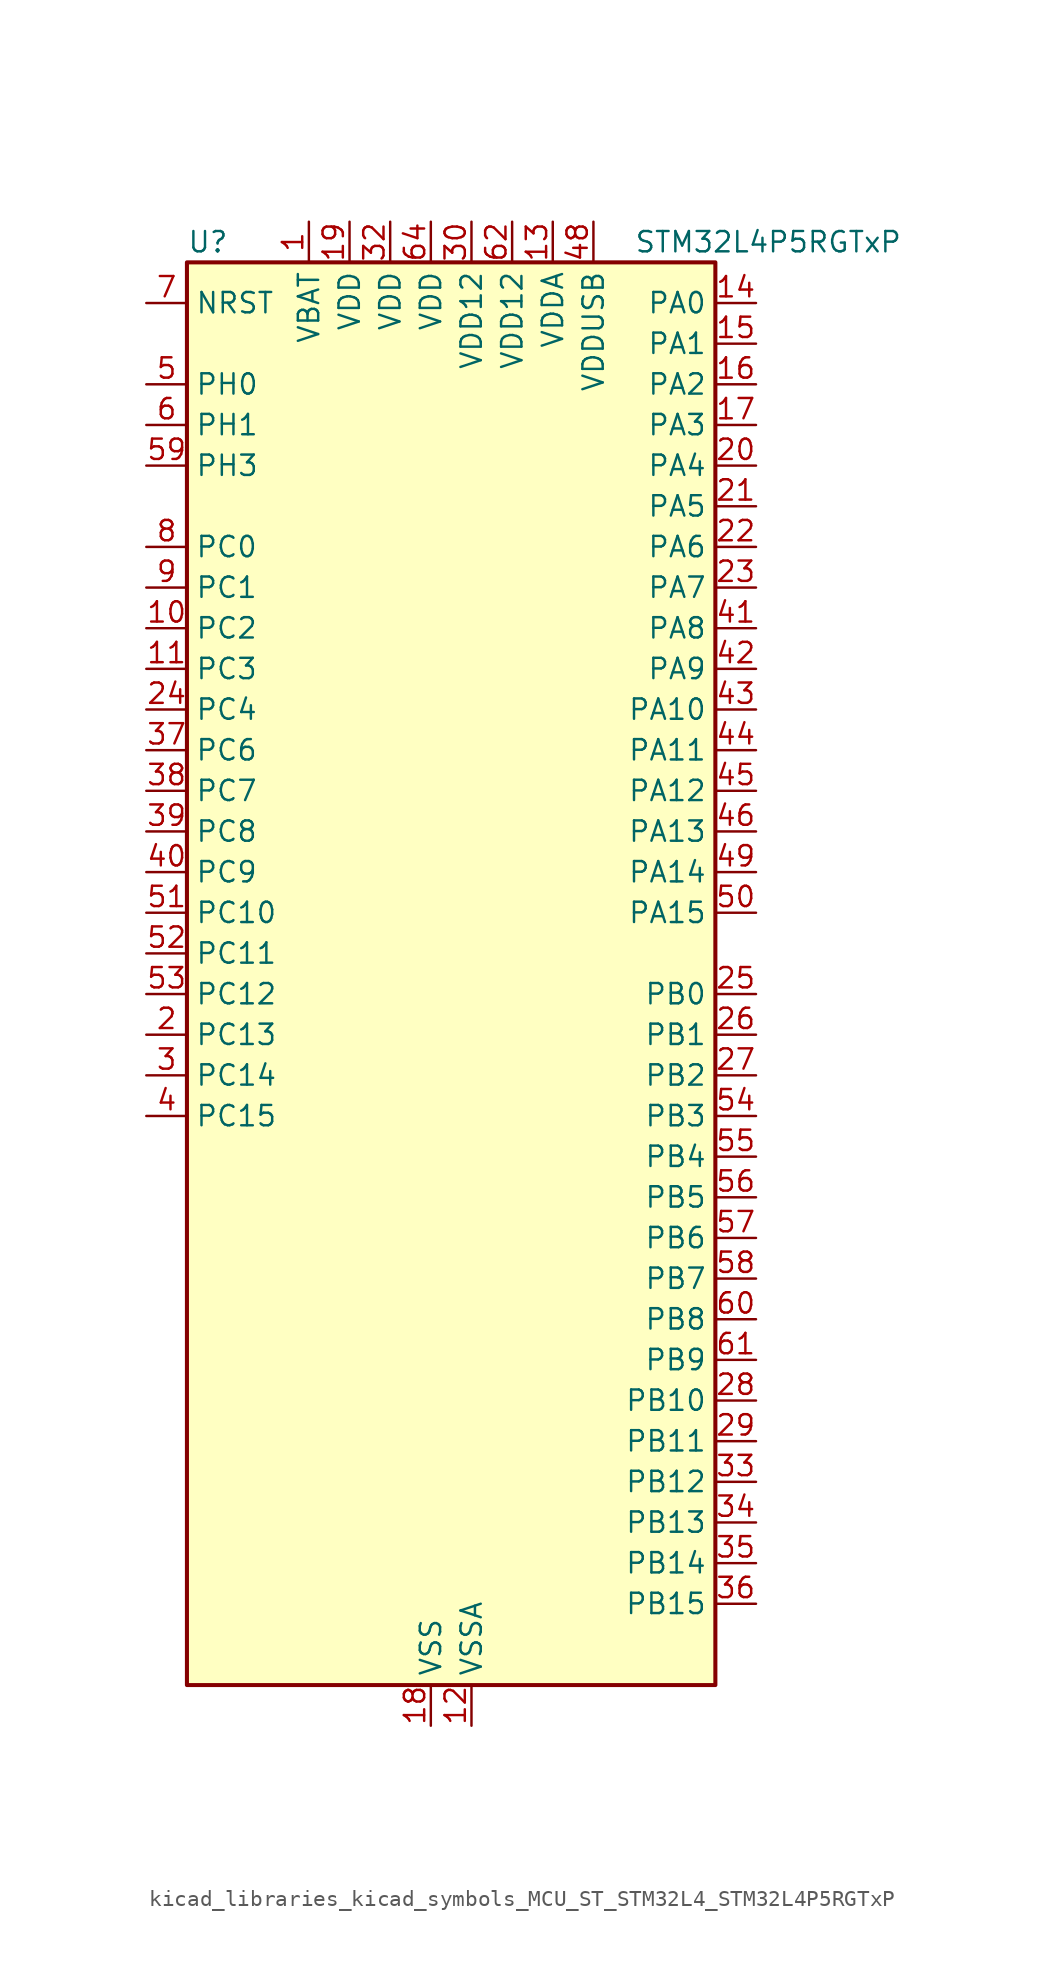
<source format=kicad_sym>
(kicad_symbol_lib
  (version 20220914)
  (generator kicad_symbol_editor)
  (symbol "kicad_libraries_kicad_symbols_MCU_ST_STM32L4_STM32L4P5RGTxP"
    (property "Reference" "U"
      (at -15.24 46.99 0)
      (effects (font (size 1.27 1.27)) (justify left)))
    (property "Value" "STM32L4P5RGTxP"
      (at 12.7 46.99 0)
      (effects (font (size 1.27 1.27)) (justify left)))
    (property "ki_locked" ""
      (at 0 0 0)
      (effects (font (size 1.27 1.27))))
    (symbol "kicad_libraries_kicad_symbols_MCU_ST_STM32L4_STM32L4P5RGTxP_0_1"
      (rectangle (start -15.24 -43.18) (end 17.78 45.72) (stroke (width 0.254) (type default)) (fill (type background))))
    (symbol "kicad_libraries_kicad_symbols_MCU_ST_STM32L4_STM32L4P5RGTxP_1_1"
      (pin power_in line (at -7.62 48.26 270) (length 2.54) (name "VBAT" (effects (font (size 1.27 1.27)))) (number "1" (effects (font (size 1.27 1.27)))))
      (pin bidirectional line (at -17.78 22.86 0) (length 2.54) (name "PC2" (effects (font (size 1.27 1.27)))) (number "10" (effects (font (size 1.27 1.27)))) (alternate "ADC1_IN3" bidirectional line) (alternate "ADC2_IN3" bidirectional line) (alternate "DFSDM1_CKOUT" bidirectional line) (alternate "LPTIM1_IN2" bidirectional line) (alternate "LTDC_HSYNC" bidirectional line) (alternate "OCTOSPIM_P1_IO5" bidirectional line) (alternate "SPI2_MISO" bidirectional line))
      (pin bidirectional line (at -17.78 20.32 0) (length 2.54) (name "PC3" (effects (font (size 1.27 1.27)))) (number "11" (effects (font (size 1.27 1.27)))) (alternate "ADC1_IN4" bidirectional line) (alternate "ADC2_IN4" bidirectional line) (alternate "LPTIM1_ETR" bidirectional line) (alternate "LPTIM2_ETR" bidirectional line) (alternate "OCTOSPIM_P1_IO6" bidirectional line) (alternate "SAI1_D1" bidirectional line) (alternate "SAI1_SD_A" bidirectional line) (alternate "SPI2_MOSI" bidirectional line))
      (pin power_in line (at 2.54 -45.72 90) (length 2.54) (name "VSSA" (effects (font (size 1.27 1.27)))) (number "12" (effects (font (size 1.27 1.27)))))
      (pin power_in line (at 7.62 48.26 270) (length 2.54) (name "VDDA" (effects (font (size 1.27 1.27)))) (number "13" (effects (font (size 1.27 1.27)))))
      (pin bidirectional line (at 20.32 43.18 180) (length 2.54) (name "PA0" (effects (font (size 1.27 1.27)))) (number "14" (effects (font (size 1.27 1.27)))) (alternate "ADC1_IN5" bidirectional line) (alternate "ADC2_IN5" bidirectional line) (alternate "OPAMP1_VINP" bidirectional line) (alternate "RTC_TAMP2" bidirectional line) (alternate "SAI1_EXTCLK" bidirectional line) (alternate "SYS_WKUP1" bidirectional line) (alternate "TIM2_CH1" bidirectional line) (alternate "TIM2_ETR" bidirectional line) (alternate "TIM5_CH1" bidirectional line) (alternate "TIM8_ETR" bidirectional line) (alternate "UART4_TX" bidirectional line) (alternate "USART2_CTS" bidirectional line) (alternate "USART2_NSS" bidirectional line))
      (pin bidirectional line (at 20.32 40.64 180) (length 2.54) (name "PA1" (effects (font (size 1.27 1.27)))) (number "15" (effects (font (size 1.27 1.27)))) (alternate "ADC1_IN6" bidirectional line) (alternate "ADC2_IN6" bidirectional line) (alternate "I2C1_SMBA" bidirectional line) (alternate "OCTOSPIM_P1_DQS" bidirectional line) (alternate "OPAMP1_VINM" bidirectional line) (alternate "SDMMC2_CMD" bidirectional line) (alternate "SPI1_SCK" bidirectional line) (alternate "TIM15_CH1N" bidirectional line) (alternate "TIM2_CH2" bidirectional line) (alternate "TIM5_CH2" bidirectional line) (alternate "UART4_RX" bidirectional line) (alternate "USART2_DE" bidirectional line) (alternate "USART2_RTS" bidirectional line))
      (pin bidirectional line (at 20.32 38.1 180) (length 2.54) (name "PA2" (effects (font (size 1.27 1.27)))) (number "16" (effects (font (size 1.27 1.27)))) (alternate "ADC1_IN7" bidirectional line) (alternate "ADC2_IN7" bidirectional line) (alternate "LPUART1_TX" bidirectional line) (alternate "OCTOSPIM_P1_NCS" bidirectional line) (alternate "RCC_LSCO" bidirectional line) (alternate "SAI2_EXTCLK" bidirectional line) (alternate "SYS_WKUP4" bidirectional line) (alternate "TIM15_CH1" bidirectional line) (alternate "TIM2_CH3" bidirectional line) (alternate "TIM5_CH3" bidirectional line) (alternate "USART2_TX" bidirectional line))
      (pin bidirectional line (at 20.32 35.56 180) (length 2.54) (name "PA3" (effects (font (size 1.27 1.27)))) (number "17" (effects (font (size 1.27 1.27)))) (alternate "ADC1_IN8" bidirectional line) (alternate "ADC2_IN8" bidirectional line) (alternate "LPUART1_RX" bidirectional line) (alternate "OCTOSPIM_P1_CLK" bidirectional line) (alternate "OPAMP1_VOUT" bidirectional line) (alternate "SAI1_CK1" bidirectional line) (alternate "SAI1_MCLK_A" bidirectional line) (alternate "TIM15_CH2" bidirectional line) (alternate "TIM2_CH4" bidirectional line) (alternate "TIM5_CH4" bidirectional line) (alternate "USART2_RX" bidirectional line))
      (pin power_in line (at 0 -45.72 90) (length 2.54) (name "VSS" (effects (font (size 1.27 1.27)))) (number "18" (effects (font (size 1.27 1.27)))))
      (pin power_in line (at -5.08 48.26 270) (length 2.54) (name "VDD" (effects (font (size 1.27 1.27)))) (number "19" (effects (font (size 1.27 1.27)))))
      (pin bidirectional line (at -17.78 -2.54 0) (length 2.54) (name "PC13" (effects (font (size 1.27 1.27)))) (number "2" (effects (font (size 1.27 1.27)))) (alternate "RTC_OUT1" bidirectional line) (alternate "RTC_TAMP1" bidirectional line) (alternate "RTC_TS" bidirectional line) (alternate "SYS_WKUP2" bidirectional line))
      (pin bidirectional line (at 20.32 33.02 180) (length 2.54) (name "PA4" (effects (font (size 1.27 1.27)))) (number "20" (effects (font (size 1.27 1.27)))) (alternate "ADC1_IN9" bidirectional line) (alternate "ADC2_IN9" bidirectional line) (alternate "DAC1_OUT1" bidirectional line) (alternate "DCMI_HSYNC" bidirectional line) (alternate "LPTIM2_OUT" bidirectional line) (alternate "LTDC_CLK" bidirectional line) (alternate "OCTOSPIM_P1_NCS" bidirectional line) (alternate "PSSI_DE" bidirectional line) (alternate "SAI1_FS_B" bidirectional line) (alternate "SPI1_NSS" bidirectional line) (alternate "SPI3_NSS" bidirectional line) (alternate "USART2_CK" bidirectional line))
      (pin bidirectional line (at 20.32 30.48 180) (length 2.54) (name "PA5" (effects (font (size 1.27 1.27)))) (number "21" (effects (font (size 1.27 1.27)))) (alternate "ADC1_IN10" bidirectional line) (alternate "ADC2_IN10" bidirectional line) (alternate "DAC1_OUT2" bidirectional line) (alternate "LPTIM2_ETR" bidirectional line) (alternate "LTDC_R7" bidirectional line) (alternate "PSSI_D14" bidirectional line) (alternate "SPI1_SCK" bidirectional line) (alternate "TIM2_CH1" bidirectional line) (alternate "TIM2_ETR" bidirectional line) (alternate "TIM8_CH1N" bidirectional line))
      (pin bidirectional line (at 20.32 27.94 180) (length 2.54) (name "PA6" (effects (font (size 1.27 1.27)))) (number "22" (effects (font (size 1.27 1.27)))) (alternate "ADC1_IN11" bidirectional line) (alternate "ADC2_IN11" bidirectional line) (alternate "DCMI_PIXCLK" bidirectional line) (alternate "LPUART1_CTS" bidirectional line) (alternate "OCTOSPIM_P1_IO3" bidirectional line) (alternate "OPAMP2_VINP" bidirectional line) (alternate "PSSI_PDCK" bidirectional line) (alternate "SPI1_MISO" bidirectional line) (alternate "TIM16_CH1" bidirectional line) (alternate "TIM1_BKIN" bidirectional line) (alternate "TIM3_CH1" bidirectional line) (alternate "TIM8_BKIN" bidirectional line) (alternate "USART3_CTS" bidirectional line) (alternate "USART3_NSS" bidirectional line))
      (pin bidirectional line (at 20.32 25.4 180) (length 2.54) (name "PA7" (effects (font (size 1.27 1.27)))) (number "23" (effects (font (size 1.27 1.27)))) (alternate "ADC1_IN12" bidirectional line) (alternate "ADC2_IN12" bidirectional line) (alternate "I2C3_SCL" bidirectional line) (alternate "OCTOSPIM_P1_IO2" bidirectional line) (alternate "OPAMP2_VINM" bidirectional line) (alternate "SPI1_MOSI" bidirectional line) (alternate "TIM17_CH1" bidirectional line) (alternate "TIM1_CH1N" bidirectional line) (alternate "TIM3_CH2" bidirectional line) (alternate "TIM8_CH1N" bidirectional line))
      (pin bidirectional line (at -17.78 17.78 0) (length 2.54) (name "PC4" (effects (font (size 1.27 1.27)))) (number "24" (effects (font (size 1.27 1.27)))) (alternate "ADC1_IN13" bidirectional line) (alternate "ADC2_IN13" bidirectional line) (alternate "COMP1_INM" bidirectional line) (alternate "OCTOSPIM_P1_IO7" bidirectional line) (alternate "OCTOSPIM_P2_NCS" bidirectional line) (alternate "USART3_TX" bidirectional line))
      (pin bidirectional line (at 20.32 0 180) (length 2.54) (name "PB0" (effects (font (size 1.27 1.27)))) (number "25" (effects (font (size 1.27 1.27)))) (alternate "ADC1_IN15" bidirectional line) (alternate "ADC2_IN15" bidirectional line) (alternate "COMP1_OUT" bidirectional line) (alternate "LTDC_B6" bidirectional line) (alternate "OCTOSPIM_P1_IO1" bidirectional line) (alternate "OPAMP2_VOUT" bidirectional line) (alternate "SAI1_EXTCLK" bidirectional line) (alternate "SPI1_NSS" bidirectional line) (alternate "TIM1_CH2N" bidirectional line) (alternate "TIM3_CH3" bidirectional line) (alternate "TIM8_CH2N" bidirectional line) (alternate "USART3_CK" bidirectional line))
      (pin bidirectional line (at 20.32 -2.54 180) (length 2.54) (name "PB1" (effects (font (size 1.27 1.27)))) (number "26" (effects (font (size 1.27 1.27)))) (alternate "ADC1_IN16" bidirectional line) (alternate "ADC2_IN16" bidirectional line) (alternate "COMP1_INM" bidirectional line) (alternate "DFSDM1_DATIN0" bidirectional line) (alternate "LPTIM2_IN1" bidirectional line) (alternate "LPUART1_DE" bidirectional line) (alternate "LPUART1_RTS" bidirectional line) (alternate "LTDC_G6" bidirectional line) (alternate "OCTOSPIM_P1_IO0" bidirectional line) (alternate "TIM1_CH3N" bidirectional line) (alternate "TIM3_CH4" bidirectional line) (alternate "TIM8_CH3N" bidirectional line) (alternate "USART3_DE" bidirectional line) (alternate "USART3_RTS" bidirectional line))
      (pin bidirectional line (at 20.32 -5.08 180) (length 2.54) (name "PB2" (effects (font (size 1.27 1.27)))) (number "27" (effects (font (size 1.27 1.27)))) (alternate "COMP1_INP" bidirectional line) (alternate "DFSDM1_CKIN0" bidirectional line) (alternate "I2C3_SMBA" bidirectional line) (alternate "LPTIM1_OUT" bidirectional line) (alternate "OCTOSPIM_P1_DQS" bidirectional line) (alternate "RTC_OUT2" bidirectional line))
      (pin bidirectional line (at 20.32 -25.4 180) (length 2.54) (name "PB10" (effects (font (size 1.27 1.27)))) (number "28" (effects (font (size 1.27 1.27)))) (alternate "COMP1_OUT" bidirectional line) (alternate "I2C2_SCL" bidirectional line) (alternate "I2C4_SCL" bidirectional line) (alternate "LPUART1_RX" bidirectional line) (alternate "OCTOSPIM_P1_CLK" bidirectional line) (alternate "OCTOSPIM_P1_IO3" bidirectional line) (alternate "SAI1_SCK_A" bidirectional line) (alternate "SPI2_SCK" bidirectional line) (alternate "TIM2_CH3" bidirectional line) (alternate "TSC_SYNC" bidirectional line) (alternate "USART3_TX" bidirectional line))
      (pin bidirectional line (at 20.32 -27.94 180) (length 2.54) (name "PB11" (effects (font (size 1.27 1.27)))) (number "29" (effects (font (size 1.27 1.27)))) (alternate "ADC1_EXTI11" bidirectional line) (alternate "ADC2_EXTI11" bidirectional line) (alternate "COMP2_OUT" bidirectional line) (alternate "I2C2_SDA" bidirectional line) (alternate "I2C4_SDA" bidirectional line) (alternate "LPUART1_TX" bidirectional line) (alternate "LTDC_VSYNC" bidirectional line) (alternate "OCTOSPIM_P1_NCS" bidirectional line) (alternate "TIM2_CH4" bidirectional line) (alternate "USART3_RX" bidirectional line))
      (pin bidirectional line (at -17.78 -5.08 0) (length 2.54) (name "PC14" (effects (font (size 1.27 1.27)))) (number "3" (effects (font (size 1.27 1.27)))) (alternate "RCC_OSC32_IN" bidirectional line))
      (pin power_in line (at 2.54 48.26 270) (length 2.54) (name "VDD12" (effects (font (size 1.27 1.27)))) (number "30" (effects (font (size 1.27 1.27)))))
      (pin passive line (at 0 -45.72 90) (length 2.54) hide (name "VSS" (effects (font (size 1.27 1.27)))) (number "31" (effects (font (size 1.27 1.27)))))
      (pin power_in line (at -2.54 48.26 270) (length 2.54) (name "VDD" (effects (font (size 1.27 1.27)))) (number "32" (effects (font (size 1.27 1.27)))))
      (pin bidirectional line (at 20.32 -30.48 180) (length 2.54) (name "PB12" (effects (font (size 1.27 1.27)))) (number "33" (effects (font (size 1.27 1.27)))) (alternate "DFSDM1_DATIN1" bidirectional line) (alternate "I2C2_SMBA" bidirectional line) (alternate "LPUART1_DE" bidirectional line) (alternate "LPUART1_RTS" bidirectional line) (alternate "OCTOSPIM_P1_NCLK" bidirectional line) (alternate "SAI2_FS_A" bidirectional line) (alternate "SDMMC2_CK" bidirectional line) (alternate "SPI2_NSS" bidirectional line) (alternate "TIM15_BKIN" bidirectional line) (alternate "TIM1_BKIN" bidirectional line) (alternate "TSC_G1_IO1" bidirectional line) (alternate "USART3_CK" bidirectional line))
      (pin bidirectional line (at 20.32 -33.02 180) (length 2.54) (name "PB13" (effects (font (size 1.27 1.27)))) (number "34" (effects (font (size 1.27 1.27)))) (alternate "DFSDM1_CKIN1" bidirectional line) (alternate "I2C2_SCL" bidirectional line) (alternate "LPUART1_CTS" bidirectional line) (alternate "OCTOSPIM_P1_IO1" bidirectional line) (alternate "SAI2_SCK_A" bidirectional line) (alternate "SPI2_SCK" bidirectional line) (alternate "TIM15_CH1N" bidirectional line) (alternate "TIM1_CH1N" bidirectional line) (alternate "TSC_G1_IO2" bidirectional line) (alternate "USART3_CTS" bidirectional line) (alternate "USART3_NSS" bidirectional line))
      (pin bidirectional line (at 20.32 -35.56 180) (length 2.54) (name "PB14" (effects (font (size 1.27 1.27)))) (number "35" (effects (font (size 1.27 1.27)))) (alternate "DFSDM1_DATIN2" bidirectional line) (alternate "I2C2_SDA" bidirectional line) (alternate "OCTOSPIM_P1_IO6" bidirectional line) (alternate "SAI2_MCLK_A" bidirectional line) (alternate "SDMMC2_D0" bidirectional line) (alternate "SPI2_MISO" bidirectional line) (alternate "TIM15_CH1" bidirectional line) (alternate "TIM1_CH2N" bidirectional line) (alternate "TIM8_CH2N" bidirectional line) (alternate "TSC_G1_IO3" bidirectional line) (alternate "USART3_DE" bidirectional line) (alternate "USART3_RTS" bidirectional line))
      (pin bidirectional line (at 20.32 -38.1 180) (length 2.54) (name "PB15" (effects (font (size 1.27 1.27)))) (number "36" (effects (font (size 1.27 1.27)))) (alternate "ADC1_EXTI15" bidirectional line) (alternate "ADC2_EXTI15" bidirectional line) (alternate "DFSDM1_CKIN2" bidirectional line) (alternate "OCTOSPIM_P1_IO7" bidirectional line) (alternate "RTC_REFIN" bidirectional line) (alternate "SAI2_SD_A" bidirectional line) (alternate "SDMMC2_D1" bidirectional line) (alternate "SPI2_MOSI" bidirectional line) (alternate "TIM15_CH2" bidirectional line) (alternate "TIM1_CH3N" bidirectional line) (alternate "TIM8_CH3N" bidirectional line) (alternate "TSC_G1_IO4" bidirectional line))
      (pin bidirectional line (at -17.78 15.24 0) (length 2.54) (name "PC6" (effects (font (size 1.27 1.27)))) (number "37" (effects (font (size 1.27 1.27)))) (alternate "DCMI_D0" bidirectional line) (alternate "DFSDM1_CKIN3" bidirectional line) (alternate "LTDC_G7" bidirectional line) (alternate "PSSI_D0" bidirectional line) (alternate "SAI2_MCLK_A" bidirectional line) (alternate "SDMMC1_D0DIR" bidirectional line) (alternate "SDMMC1_D6" bidirectional line) (alternate "SDMMC2_D6" bidirectional line) (alternate "TIM3_CH1" bidirectional line) (alternate "TIM8_CH1" bidirectional line) (alternate "TSC_G4_IO1" bidirectional line))
      (pin bidirectional line (at -17.78 12.7 0) (length 2.54) (name "PC7" (effects (font (size 1.27 1.27)))) (number "38" (effects (font (size 1.27 1.27)))) (alternate "DCMI_D1" bidirectional line) (alternate "DFSDM1_DATIN3" bidirectional line) (alternate "LTDC_B6" bidirectional line) (alternate "PSSI_D1" bidirectional line) (alternate "SAI2_MCLK_B" bidirectional line) (alternate "SDMMC1_D123DIR" bidirectional line) (alternate "SDMMC1_D7" bidirectional line) (alternate "SDMMC2_D7" bidirectional line) (alternate "TIM3_CH2" bidirectional line) (alternate "TIM8_CH2" bidirectional line) (alternate "TSC_G4_IO2" bidirectional line))
      (pin bidirectional line (at -17.78 10.16 0) (length 2.54) (name "PC8" (effects (font (size 1.27 1.27)))) (number "39" (effects (font (size 1.27 1.27)))) (alternate "DCMI_D2" bidirectional line) (alternate "PSSI_D2" bidirectional line) (alternate "SDMMC1_D0" bidirectional line) (alternate "TIM3_CH3" bidirectional line) (alternate "TIM8_CH3" bidirectional line) (alternate "TSC_G4_IO3" bidirectional line))
      (pin bidirectional line (at -17.78 -7.62 0) (length 2.54) (name "PC15" (effects (font (size 1.27 1.27)))) (number "4" (effects (font (size 1.27 1.27)))) (alternate "ADC1_EXTI15" bidirectional line) (alternate "ADC2_EXTI15" bidirectional line) (alternate "RCC_OSC32_OUT" bidirectional line))
      (pin bidirectional line (at -17.78 7.62 0) (length 2.54) (name "PC9" (effects (font (size 1.27 1.27)))) (number "40" (effects (font (size 1.27 1.27)))) (alternate "DAC1_EXTI9" bidirectional line) (alternate "DCMI_D3" bidirectional line) (alternate "I2C3_SDA" bidirectional line) (alternate "PSSI_D3" bidirectional line) (alternate "SAI2_EXTCLK" bidirectional line) (alternate "SDMMC1_D1" bidirectional line) (alternate "SYS_TRACED0" bidirectional line) (alternate "TIM3_CH4" bidirectional line) (alternate "TIM8_BKIN2" bidirectional line) (alternate "TIM8_CH4" bidirectional line) (alternate "TSC_G4_IO4" bidirectional line) (alternate "USB_OTG_FS_NOE" bidirectional line))
      (pin bidirectional line (at 20.32 22.86 180) (length 2.54) (name "PA8" (effects (font (size 1.27 1.27)))) (number "41" (effects (font (size 1.27 1.27)))) (alternate "LPTIM2_OUT" bidirectional line) (alternate "LTDC_B7" bidirectional line) (alternate "RCC_MCO" bidirectional line) (alternate "SAI1_CK2" bidirectional line) (alternate "SAI1_SCK_A" bidirectional line) (alternate "TIM1_CH1" bidirectional line) (alternate "USART1_CK" bidirectional line) (alternate "USB_OTG_FS_SOF" bidirectional line))
      (pin bidirectional line (at 20.32 20.32 180) (length 2.54) (name "PA9" (effects (font (size 1.27 1.27)))) (number "42" (effects (font (size 1.27 1.27)))) (alternate "DAC1_EXTI9" bidirectional line) (alternate "DCMI_D0" bidirectional line) (alternate "LTDC_G7" bidirectional line) (alternate "PSSI_D0" bidirectional line) (alternate "SAI1_FS_A" bidirectional line) (alternate "SPI2_SCK" bidirectional line) (alternate "TIM15_BKIN" bidirectional line) (alternate "TIM1_CH2" bidirectional line) (alternate "USART1_TX" bidirectional line) (alternate "USB_OTG_FS_VBUS" bidirectional line))
      (pin bidirectional line (at 20.32 17.78 180) (length 2.54) (name "PA10" (effects (font (size 1.27 1.27)))) (number "43" (effects (font (size 1.27 1.27)))) (alternate "DCMI_D1" bidirectional line) (alternate "LTDC_G6" bidirectional line) (alternate "PSSI_D1" bidirectional line) (alternate "SAI1_D1" bidirectional line) (alternate "SAI1_SD_A" bidirectional line) (alternate "TIM17_BKIN" bidirectional line) (alternate "TIM1_CH3" bidirectional line) (alternate "USART1_RX" bidirectional line) (alternate "USB_OTG_FS_ID" bidirectional line))
      (pin bidirectional line (at 20.32 15.24 180) (length 2.54) (name "PA11" (effects (font (size 1.27 1.27)))) (number "44" (effects (font (size 1.27 1.27)))) (alternate "ADC1_EXTI11" bidirectional line) (alternate "ADC2_EXTI11" bidirectional line) (alternate "CAN1_RX" bidirectional line) (alternate "LTDC_DE" bidirectional line) (alternate "SPI1_MISO" bidirectional line) (alternate "TIM1_BKIN2" bidirectional line) (alternate "TIM1_CH4" bidirectional line) (alternate "USART1_CTS" bidirectional line) (alternate "USART1_NSS" bidirectional line) (alternate "USB_OTG_FS_DM" bidirectional line))
      (pin bidirectional line (at 20.32 12.7 180) (length 2.54) (name "PA12" (effects (font (size 1.27 1.27)))) (number "45" (effects (font (size 1.27 1.27)))) (alternate "CAN1_TX" bidirectional line) (alternate "LTDC_VSYNC" bidirectional line) (alternate "OCTOSPIM_P2_NCS" bidirectional line) (alternate "SPI1_MOSI" bidirectional line) (alternate "TIM1_ETR" bidirectional line) (alternate "USART1_DE" bidirectional line) (alternate "USART1_RTS" bidirectional line) (alternate "USB_OTG_FS_DP" bidirectional line))
      (pin bidirectional line (at 20.32 10.16 180) (length 2.54) (name "PA13" (effects (font (size 1.27 1.27)))) (number "46" (effects (font (size 1.27 1.27)))) (alternate "IR_OUT" bidirectional line) (alternate "SAI1_SD_B" bidirectional line) (alternate "SYS_JTMS-SWDIO" bidirectional line) (alternate "USB_OTG_FS_NOE" bidirectional line))
      (pin passive line (at 0 -45.72 90) (length 2.54) hide (name "VSS" (effects (font (size 1.27 1.27)))) (number "47" (effects (font (size 1.27 1.27)))))
      (pin power_in line (at 10.16 48.26 270) (length 2.54) (name "VDDUSB" (effects (font (size 1.27 1.27)))) (number "48" (effects (font (size 1.27 1.27)))))
      (pin bidirectional line (at 20.32 7.62 180) (length 2.54) (name "PA14" (effects (font (size 1.27 1.27)))) (number "49" (effects (font (size 1.27 1.27)))) (alternate "I2C1_SMBA" bidirectional line) (alternate "I2C4_SMBA" bidirectional line) (alternate "LPTIM1_OUT" bidirectional line) (alternate "SAI1_FS_B" bidirectional line) (alternate "SYS_JTCK-SWCLK" bidirectional line) (alternate "USB_OTG_FS_SOF" bidirectional line))
      (pin bidirectional line (at -17.78 38.1 0) (length 2.54) (name "PH0" (effects (font (size 1.27 1.27)))) (number "5" (effects (font (size 1.27 1.27)))) (alternate "RCC_OSC_IN" bidirectional line))
      (pin bidirectional line (at 20.32 5.08 180) (length 2.54) (name "PA15" (effects (font (size 1.27 1.27)))) (number "50" (effects (font (size 1.27 1.27)))) (alternate "ADC1_EXTI15" bidirectional line) (alternate "ADC2_EXTI15" bidirectional line) (alternate "LTDC_HSYNC" bidirectional line) (alternate "SAI2_FS_B" bidirectional line) (alternate "SPI1_NSS" bidirectional line) (alternate "SPI3_NSS" bidirectional line) (alternate "SYS_JTDI" bidirectional line) (alternate "TIM2_CH1" bidirectional line) (alternate "TIM2_ETR" bidirectional line) (alternate "TSC_G3_IO1" bidirectional line) (alternate "UART4_DE" bidirectional line) (alternate "UART4_RTS" bidirectional line) (alternate "USART2_RX" bidirectional line) (alternate "USART3_DE" bidirectional line) (alternate "USART3_RTS" bidirectional line))
      (pin bidirectional line (at -17.78 5.08 0) (length 2.54) (name "PC10" (effects (font (size 1.27 1.27)))) (number "51" (effects (font (size 1.27 1.27)))) (alternate "DCMI_D8" bidirectional line) (alternate "DCMI_VSYNC" bidirectional line) (alternate "PSSI_D8" bidirectional line) (alternate "PSSI_RDY" bidirectional line) (alternate "SAI2_SCK_B" bidirectional line) (alternate "SDMMC1_D2" bidirectional line) (alternate "SPI3_SCK" bidirectional line) (alternate "SYS_TRACED1" bidirectional line) (alternate "TSC_G3_IO2" bidirectional line) (alternate "UART4_TX" bidirectional line) (alternate "USART3_TX" bidirectional line))
      (pin bidirectional line (at -17.78 2.54 0) (length 2.54) (name "PC11" (effects (font (size 1.27 1.27)))) (number "52" (effects (font (size 1.27 1.27)))) (alternate "ADC1_EXTI11" bidirectional line) (alternate "ADC2_EXTI11" bidirectional line) (alternate "DCMI_D2" bidirectional line) (alternate "DCMI_D4" bidirectional line) (alternate "OCTOSPIM_P1_NCS" bidirectional line) (alternate "PSSI_D2" bidirectional line) (alternate "PSSI_D4" bidirectional line) (alternate "SAI2_MCLK_B" bidirectional line) (alternate "SDMMC1_D3" bidirectional line) (alternate "SPI3_MISO" bidirectional line) (alternate "TSC_G3_IO3" bidirectional line) (alternate "UART4_RX" bidirectional line) (alternate "USART3_RX" bidirectional line))
      (pin bidirectional line (at -17.78 0 0) (length 2.54) (name "PC12" (effects (font (size 1.27 1.27)))) (number "53" (effects (font (size 1.27 1.27)))) (alternate "DCMI_D9" bidirectional line) (alternate "LTDC_R6" bidirectional line) (alternate "PSSI_D9" bidirectional line) (alternate "SAI2_SD_B" bidirectional line) (alternate "SDMMC1_CK" bidirectional line) (alternate "SPI3_MOSI" bidirectional line) (alternate "SYS_TRACED3" bidirectional line) (alternate "TSC_G3_IO4" bidirectional line) (alternate "USART3_CK" bidirectional line))
      (pin bidirectional line (at 20.32 -7.62 180) (length 2.54) (name "PB3" (effects (font (size 1.27 1.27)))) (number "54" (effects (font (size 1.27 1.27)))) (alternate "COMP2_INM" bidirectional line) (alternate "CRS_SYNC" bidirectional line) (alternate "OCTOSPIM_P1_IO4" bidirectional line) (alternate "SAI1_SCK_B" bidirectional line) (alternate "SDMMC2_D2" bidirectional line) (alternate "SPI1_SCK" bidirectional line) (alternate "SPI3_SCK" bidirectional line) (alternate "SYS_JTDO-SWO" bidirectional line) (alternate "TIM2_CH2" bidirectional line) (alternate "USART1_DE" bidirectional line) (alternate "USART1_RTS" bidirectional line))
      (pin bidirectional line (at 20.32 -10.16 180) (length 2.54) (name "PB4" (effects (font (size 1.27 1.27)))) (number "55" (effects (font (size 1.27 1.27)))) (alternate "COMP2_INP" bidirectional line) (alternate "DCMI_D12" bidirectional line) (alternate "I2C3_SDA" bidirectional line) (alternate "OCTOSPIM_P1_IO5" bidirectional line) (alternate "PSSI_D12" bidirectional line) (alternate "SAI1_MCLK_B" bidirectional line) (alternate "SDMMC2_D3" bidirectional line) (alternate "SPI1_MISO" bidirectional line) (alternate "SPI3_MISO" bidirectional line) (alternate "SYS_JTRST" bidirectional line) (alternate "TIM17_BKIN" bidirectional line) (alternate "TIM3_CH1" bidirectional line) (alternate "TSC_G2_IO1" bidirectional line) (alternate "USART1_CTS" bidirectional line) (alternate "USART1_NSS" bidirectional line))
      (pin bidirectional line (at 20.32 -12.7 180) (length 2.54) (name "PB5" (effects (font (size 1.27 1.27)))) (number "56" (effects (font (size 1.27 1.27)))) (alternate "COMP2_OUT" bidirectional line) (alternate "DCMI_D10" bidirectional line) (alternate "I2C1_SMBA" bidirectional line) (alternate "LPTIM1_IN1" bidirectional line) (alternate "OCTOSPIM_P1_IO0" bidirectional line) (alternate "PSSI_D10" bidirectional line) (alternate "SAI1_SD_B" bidirectional line) (alternate "SPI1_MOSI" bidirectional line) (alternate "SPI3_MOSI" bidirectional line) (alternate "TIM16_BKIN" bidirectional line) (alternate "TIM3_CH2" bidirectional line) (alternate "TSC_G2_IO2" bidirectional line) (alternate "USART1_CK" bidirectional line))
      (pin bidirectional line (at 20.32 -15.24 180) (length 2.54) (name "PB6" (effects (font (size 1.27 1.27)))) (number "57" (effects (font (size 1.27 1.27)))) (alternate "COMP2_INP" bidirectional line) (alternate "DCMI_D5" bidirectional line) (alternate "I2C1_SCL" bidirectional line) (alternate "I2C4_SCL" bidirectional line) (alternate "LPTIM1_ETR" bidirectional line) (alternate "LTDC_R6" bidirectional line) (alternate "PSSI_D5" bidirectional line) (alternate "SAI1_FS_B" bidirectional line) (alternate "TIM16_CH1N" bidirectional line) (alternate "TIM4_CH1" bidirectional line) (alternate "TIM8_BKIN2" bidirectional line) (alternate "TSC_G2_IO3" bidirectional line) (alternate "USART1_TX" bidirectional line))
      (pin bidirectional line (at 20.32 -17.78 180) (length 2.54) (name "PB7" (effects (font (size 1.27 1.27)))) (number "58" (effects (font (size 1.27 1.27)))) (alternate "COMP2_INM" bidirectional line) (alternate "DCMI_VSYNC" bidirectional line) (alternate "I2C1_SDA" bidirectional line) (alternate "I2C4_SDA" bidirectional line) (alternate "LPTIM1_IN2" bidirectional line) (alternate "LTDC_VSYNC" bidirectional line) (alternate "PSSI_RDY" bidirectional line) (alternate "SYS_PVD_IN" bidirectional line) (alternate "TIM17_CH1N" bidirectional line) (alternate "TIM4_CH2" bidirectional line) (alternate "TIM8_BKIN" bidirectional line) (alternate "TSC_G2_IO4" bidirectional line) (alternate "UART4_CTS" bidirectional line) (alternate "USART1_RX" bidirectional line))
      (pin bidirectional line (at -17.78 33.02 0) (length 2.54) (name "PH3" (effects (font (size 1.27 1.27)))) (number "59" (effects (font (size 1.27 1.27)))))
      (pin bidirectional line (at -17.78 35.56 0) (length 2.54) (name "PH1" (effects (font (size 1.27 1.27)))) (number "6" (effects (font (size 1.27 1.27)))) (alternate "RCC_OSC_OUT" bidirectional line))
      (pin bidirectional line (at 20.32 -20.32 180) (length 2.54) (name "PB8" (effects (font (size 1.27 1.27)))) (number "60" (effects (font (size 1.27 1.27)))) (alternate "CAN1_RX" bidirectional line) (alternate "DCMI_D6" bidirectional line) (alternate "DFSDM1_CKOUT" bidirectional line) (alternate "I2C1_SCL" bidirectional line) (alternate "LTDC_DE" bidirectional line) (alternate "PSSI_D6" bidirectional line) (alternate "SAI1_CK1" bidirectional line) (alternate "SAI1_MCLK_A" bidirectional line) (alternate "SDMMC1_CKIN" bidirectional line) (alternate "SDMMC1_D4" bidirectional line) (alternate "SDMMC2_D4" bidirectional line) (alternate "TIM16_CH1" bidirectional line) (alternate "TIM4_CH3" bidirectional line))
      (pin bidirectional line (at 20.32 -22.86 180) (length 2.54) (name "PB9" (effects (font (size 1.27 1.27)))) (number "61" (effects (font (size 1.27 1.27)))) (alternate "CAN1_TX" bidirectional line) (alternate "DAC1_EXTI9" bidirectional line) (alternate "DCMI_D7" bidirectional line) (alternate "I2C1_SDA" bidirectional line) (alternate "IR_OUT" bidirectional line) (alternate "PSSI_D7" bidirectional line) (alternate "SAI1_D2" bidirectional line) (alternate "SAI1_FS_A" bidirectional line) (alternate "SDMMC1_CDIR" bidirectional line) (alternate "SDMMC1_D5" bidirectional line) (alternate "SDMMC2_D5" bidirectional line) (alternate "SPI2_NSS" bidirectional line) (alternate "TIM17_CH1" bidirectional line) (alternate "TIM4_CH4" bidirectional line))
      (pin power_in line (at 5.08 48.26 270) (length 2.54) (name "VDD12" (effects (font (size 1.27 1.27)))) (number "62" (effects (font (size 1.27 1.27)))))
      (pin passive line (at 0 -45.72 90) (length 2.54) hide (name "VSS" (effects (font (size 1.27 1.27)))) (number "63" (effects (font (size 1.27 1.27)))))
      (pin power_in line (at 0 48.26 270) (length 2.54) (name "VDD" (effects (font (size 1.27 1.27)))) (number "64" (effects (font (size 1.27 1.27)))))
      (pin input line (at -17.78 43.18 0) (length 2.54) (name "NRST" (effects (font (size 1.27 1.27)))) (number "7" (effects (font (size 1.27 1.27)))))
      (pin bidirectional line (at -17.78 27.94 0) (length 2.54) (name "PC0" (effects (font (size 1.27 1.27)))) (number "8" (effects (font (size 1.27 1.27)))) (alternate "ADC1_IN1" bidirectional line) (alternate "ADC2_IN1" bidirectional line) (alternate "I2C3_SCL" bidirectional line) (alternate "LPTIM1_IN1" bidirectional line) (alternate "LPTIM2_IN1" bidirectional line) (alternate "LPUART1_RX" bidirectional line) (alternate "LTDC_DE" bidirectional line) (alternate "SAI2_FS_A" bidirectional line) (alternate "SDMMC1_CMD" bidirectional line) (alternate "SDMMC2_CKIN" bidirectional line))
      (pin bidirectional line (at -17.78 25.4 0) (length 2.54) (name "PC1" (effects (font (size 1.27 1.27)))) (number "9" (effects (font (size 1.27 1.27)))) (alternate "ADC1_IN2" bidirectional line) (alternate "ADC2_IN2" bidirectional line) (alternate "I2C3_SDA" bidirectional line) (alternate "LPTIM1_OUT" bidirectional line) (alternate "LPUART1_TX" bidirectional line) (alternate "OCTOSPIM_P1_IO4" bidirectional line) (alternate "SAI1_SD_A" bidirectional line) (alternate "SPI2_MOSI" bidirectional line) (alternate "SYS_TRACED0" bidirectional line)))))
</source>
